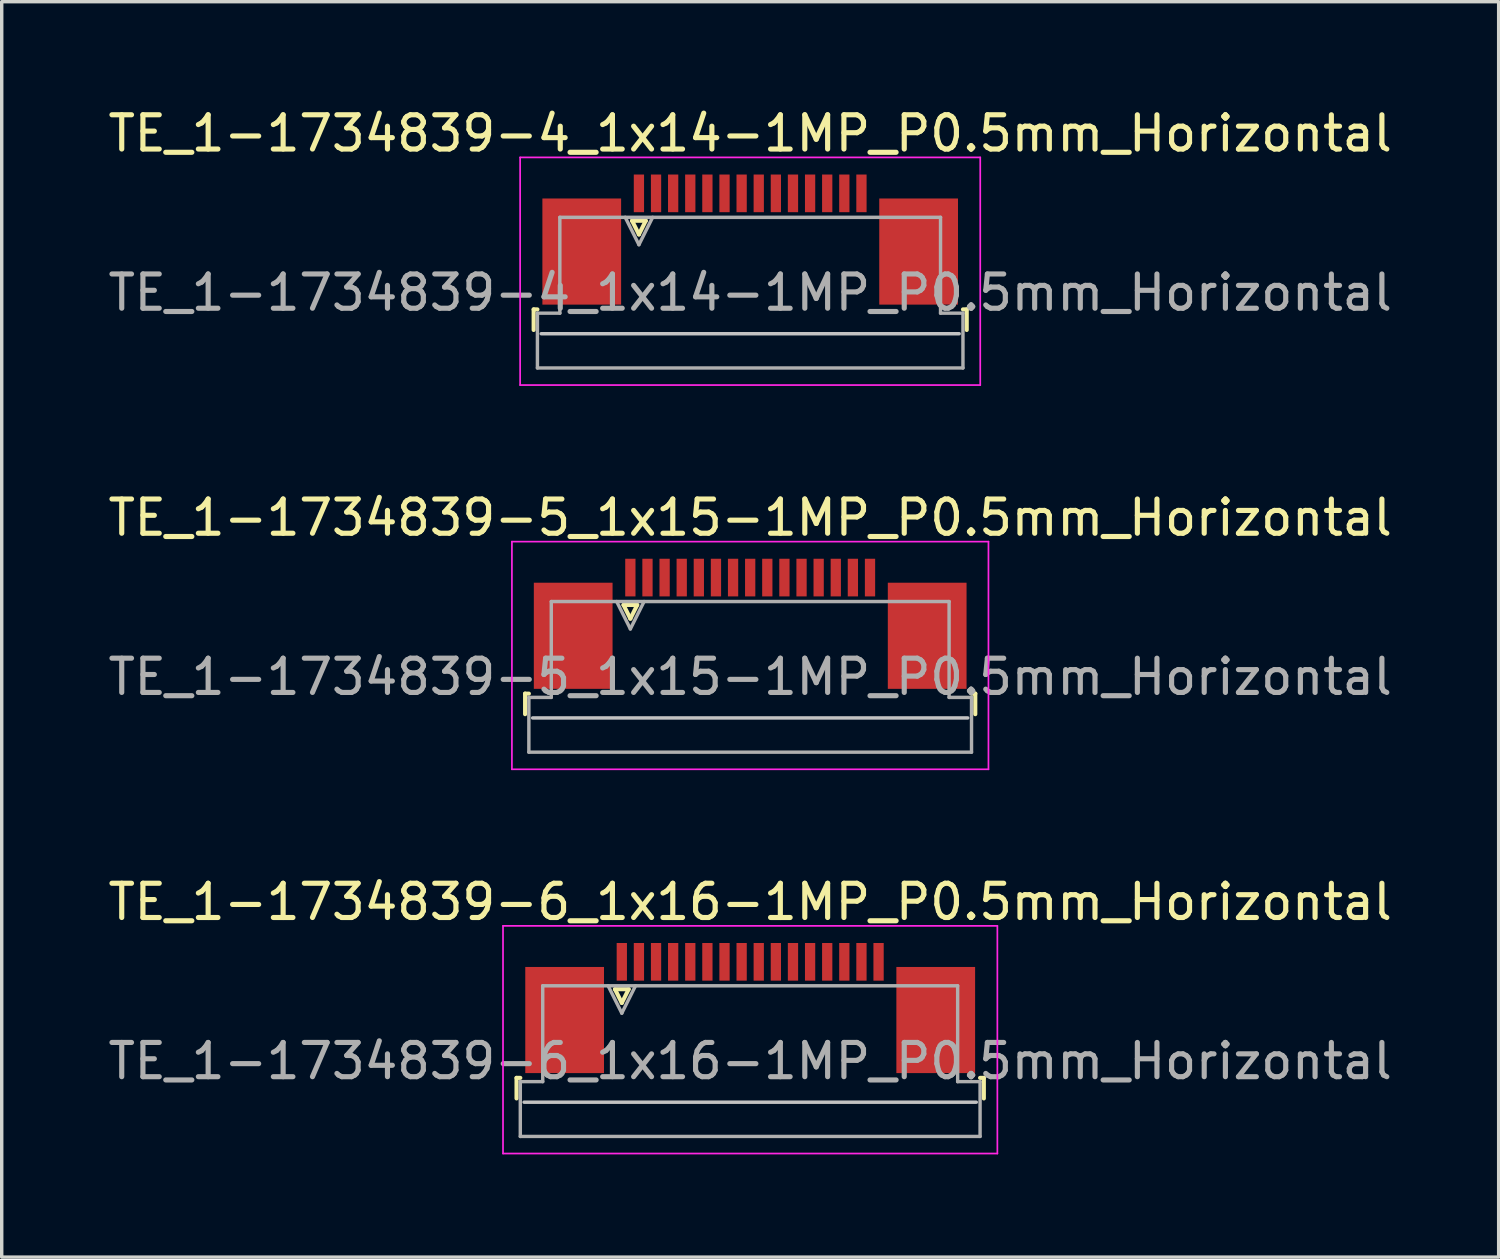
<source format=kicad_pcb>
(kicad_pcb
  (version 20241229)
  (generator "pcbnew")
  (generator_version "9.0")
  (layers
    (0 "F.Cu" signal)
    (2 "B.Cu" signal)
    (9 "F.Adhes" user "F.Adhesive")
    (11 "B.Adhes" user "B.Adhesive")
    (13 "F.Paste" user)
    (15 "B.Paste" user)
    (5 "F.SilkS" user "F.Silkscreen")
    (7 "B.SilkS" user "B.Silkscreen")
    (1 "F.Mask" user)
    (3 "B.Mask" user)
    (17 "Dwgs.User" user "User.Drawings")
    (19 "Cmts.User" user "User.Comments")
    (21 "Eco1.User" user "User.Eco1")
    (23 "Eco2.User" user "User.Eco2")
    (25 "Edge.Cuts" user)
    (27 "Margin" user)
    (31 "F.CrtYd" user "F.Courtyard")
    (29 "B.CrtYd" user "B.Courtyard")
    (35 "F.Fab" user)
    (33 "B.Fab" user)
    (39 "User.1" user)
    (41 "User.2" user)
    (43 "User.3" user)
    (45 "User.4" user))
  (footprint "TE_1-1734839-5_1x15-1MP_P0.5mm_Horizontal"
    (layer "F.Cu")
    (at 18.863 15.171)
    (property "Reference" "TE_1-1734839-5_1x15-1MP_P0.5mm_Horizontal" (at 0 -3.1 0) (layer "F.SilkS") (effects (font (size 1 1) (thickness 0.15))))
    (attr smd)
    (fp_line (start -6.575 2.04) (end -6.575 2.64) (stroke (width 0.12) (type solid)) (layer "F.SilkS"))
    (fp_line (start -6.465 2.04) (end -6.575 2.04) (stroke (width 0.12) (type solid)) (layer "F.SilkS"))
    (fp_line (start -3.7 -0.55) (end -3.5 -0.15) (stroke (width 0.12) (type solid)) (layer "F.SilkS"))
    (fp_line (start -3.5 -0.15) (end -3.3 -0.55) (stroke (width 0.12) (type solid)) (layer "F.SilkS"))
    (fp_line (start -3.3 -0.55) (end -3.7 -0.55) (stroke (width 0.12) (type solid)) (layer "F.SilkS"))
    (fp_line (start 6.465 2.04) (end 6.575 2.04) (stroke (width 0.12) (type solid)) (layer "F.SilkS"))
    (fp_line (start 6.575 2.04) (end 6.575 2.64) (stroke (width 0.12) (type solid)) (layer "F.SilkS"))
    (fp_line (start 6.355 2.75) (end -6.355 2.75) (stroke (width 0.1) (type solid)) (layer "Dwgs.User"))
    (fp_line (start -6.96 -2.4) (end -6.96 4.25) (stroke (width 0.05) (type solid)) (layer "F.CrtYd"))
    (fp_line (start -6.96 4.25) (end 6.96 4.25) (stroke (width 0.05) (type solid)) (layer "F.CrtYd"))
    (fp_line (start 6.96 -2.4) (end -6.96 -2.4) (stroke (width 0.05) (type solid)) (layer "F.CrtYd"))
    (fp_line (start 6.96 4.25) (end 6.96 -2.4) (stroke (width 0.05) (type solid)) (layer "F.CrtYd"))
    (fp_line (start -6.465 2.15) (end -5.81 2.15) (stroke (width 0.1) (type solid)) (layer "F.Fab"))
    (fp_line (start -6.465 3.75) (end -6.465 2.15) (stroke (width 0.1) (type solid)) (layer "F.Fab"))
    (fp_line (start -5.81 -0.65) (end 5.81 -0.65) (stroke (width 0.1) (type solid)) (layer "F.Fab"))
    (fp_line (start -5.81 2.15) (end -5.81 -0.65) (stroke (width 0.1) (type solid)) (layer "F.Fab"))
    (fp_line (start -3.9 -0.65) (end -3.5 0.15) (stroke (width 0.1) (type solid)) (layer "F.Fab"))
    (fp_line (start -3.5 0.15) (end -3.1 -0.65) (stroke (width 0.1) (type solid)) (layer "F.Fab"))
    (fp_line (start 5.81 -0.65) (end 5.81 2.15) (stroke (width 0.1) (type solid)) (layer "F.Fab"))
    (fp_line (start 5.81 2.15) (end 6.465 2.15) (stroke (width 0.1) (type solid)) (layer "F.Fab"))
    (fp_line (start 6.465 2.15) (end 6.465 3.75) (stroke (width 0.1) (type solid)) (layer "F.Fab"))
    (fp_line (start 6.465 3.75) (end -6.465 3.75) (stroke (width 0.1) (type solid)) (layer "F.Fab"))
    (fp_text user "${REFERENCE}" (at 0 1.55 0) (layer "F.Fab") (effects (font (size 1 1) (thickness 0.15))))
    (pad "1" smd rect (at -3.5 -1.35) (size 0.3 1.1) (layers "F.Cu" "F.Mask" "F.Paste"))
    (pad "2" smd rect (at -3 -1.35) (size 0.3 1.1) (layers "F.Cu" "F.Mask" "F.Paste"))
    (pad "3" smd rect (at -2.5 -1.35) (size 0.3 1.1) (layers "F.Cu" "F.Mask" "F.Paste"))
    (pad "4" smd rect (at -2 -1.35) (size 0.3 1.1) (layers "F.Cu" "F.Mask" "F.Paste"))
    (pad "5" smd rect (at -1.5 -1.35) (size 0.3 1.1) (layers "F.Cu" "F.Mask" "F.Paste"))
    (pad "6" smd rect (at -1 -1.35) (size 0.3 1.1) (layers "F.Cu" "F.Mask" "F.Paste"))
    (pad "7" smd rect (at -0.5 -1.35) (size 0.3 1.1) (layers "F.Cu" "F.Mask" "F.Paste"))
    (pad "8" smd rect (at 0 -1.35) (size 0.3 1.1) (layers "F.Cu" "F.Mask" "F.Paste"))
    (pad "9" smd rect (at 0.5 -1.35) (size 0.3 1.1) (layers "F.Cu" "F.Mask" "F.Paste"))
    (pad "10" smd rect (at 1 -1.35) (size 0.3 1.1) (layers "F.Cu" "F.Mask" "F.Paste"))
    (pad "11" smd rect (at 1.5 -1.35) (size 0.3 1.1) (layers "F.Cu" "F.Mask" "F.Paste"))
    (pad "12" smd rect (at 2 -1.35) (size 0.3 1.1) (layers "F.Cu" "F.Mask" "F.Paste"))
    (pad "13" smd rect (at 2.5 -1.35) (size 0.3 1.1) (layers "F.Cu" "F.Mask" "F.Paste"))
    (pad "14" smd rect (at 3 -1.35) (size 0.3 1.1) (layers "F.Cu" "F.Mask" "F.Paste"))
    (pad "15" smd rect (at 3.5 -1.35) (size 0.3 1.1) (layers "F.Cu" "F.Mask" "F.Paste"))
    (pad "MP" smd rect (at -5.17 0.35) (size 2.3 3.1) (layers "F.Cu" "F.Mask" "F.Paste"))
    (pad "MP" smd rect (at 5.17 0.35) (size 2.3 3.1) (layers "F.Cu" "F.Mask" "F.Paste")))
  (footprint "TE_1-1734839-4_1x14-1MP_P0.5mm_Horizontal"
    (layer "F.Cu")
    (at 18.863 3.948)
    (property "Reference" "TE_1-1734839-4_1x14-1MP_P0.5mm_Horizontal" (at 0 -3.1 0) (layer "F.SilkS") (effects (font (size 1 1) (thickness 0.15))))
    (attr smd)
    (fp_line (start -6.325 2.04) (end -6.325 2.64) (stroke (width 0.12) (type solid)) (layer "F.SilkS"))
    (fp_line (start -6.215 2.04) (end -6.325 2.04) (stroke (width 0.12) (type solid)) (layer "F.SilkS"))
    (fp_line (start -3.45 -0.55) (end -3.25 -0.15) (stroke (width 0.12) (type solid)) (layer "F.SilkS"))
    (fp_line (start -3.25 -0.15) (end -3.05 -0.55) (stroke (width 0.12) (type solid)) (layer "F.SilkS"))
    (fp_line (start -3.05 -0.55) (end -3.45 -0.55) (stroke (width 0.12) (type solid)) (layer "F.SilkS"))
    (fp_line (start 6.215 2.04) (end 6.325 2.04) (stroke (width 0.12) (type solid)) (layer "F.SilkS"))
    (fp_line (start 6.325 2.04) (end 6.325 2.64) (stroke (width 0.12) (type solid)) (layer "F.SilkS"))
    (fp_line (start 6.105 2.75) (end -6.105 2.75) (stroke (width 0.1) (type solid)) (layer "Dwgs.User"))
    (fp_line (start -6.72 -2.4) (end -6.72 4.25) (stroke (width 0.05) (type solid)) (layer "F.CrtYd"))
    (fp_line (start -6.72 4.25) (end 6.72 4.25) (stroke (width 0.05) (type solid)) (layer "F.CrtYd"))
    (fp_line (start 6.72 -2.4) (end -6.72 -2.4) (stroke (width 0.05) (type solid)) (layer "F.CrtYd"))
    (fp_line (start 6.72 4.25) (end 6.72 -2.4) (stroke (width 0.05) (type solid)) (layer "F.CrtYd"))
    (fp_line (start -6.215 2.15) (end -5.56 2.15) (stroke (width 0.1) (type solid)) (layer "F.Fab"))
    (fp_line (start -6.215 3.75) (end -6.215 2.15) (stroke (width 0.1) (type solid)) (layer "F.Fab"))
    (fp_line (start -5.56 -0.65) (end 5.56 -0.65) (stroke (width 0.1) (type solid)) (layer "F.Fab"))
    (fp_line (start -5.56 2.15) (end -5.56 -0.65) (stroke (width 0.1) (type solid)) (layer "F.Fab"))
    (fp_line (start -3.65 -0.65) (end -3.25 0.15) (stroke (width 0.1) (type solid)) (layer "F.Fab"))
    (fp_line (start -3.25 0.15) (end -2.85 -0.65) (stroke (width 0.1) (type solid)) (layer "F.Fab"))
    (fp_line (start 5.56 -0.65) (end 5.56 2.15) (stroke (width 0.1) (type solid)) (layer "F.Fab"))
    (fp_line (start 5.56 2.15) (end 6.215 2.15) (stroke (width 0.1) (type solid)) (layer "F.Fab"))
    (fp_line (start 6.215 2.15) (end 6.215 3.75) (stroke (width 0.1) (type solid)) (layer "F.Fab"))
    (fp_line (start 6.215 3.75) (end -6.215 3.75) (stroke (width 0.1) (type solid)) (layer "F.Fab"))
    (fp_text user "${REFERENCE}" (at 0 1.55 0) (layer "F.Fab") (effects (font (size 1 1) (thickness 0.15))))
    (pad "1" smd rect (at -3.25 -1.35) (size 0.3 1.1) (layers "F.Cu" "F.Mask" "F.Paste"))
    (pad "2" smd rect (at -2.75 -1.35) (size 0.3 1.1) (layers "F.Cu" "F.Mask" "F.Paste"))
    (pad "3" smd rect (at -2.25 -1.35) (size 0.3 1.1) (layers "F.Cu" "F.Mask" "F.Paste"))
    (pad "4" smd rect (at -1.75 -1.35) (size 0.3 1.1) (layers "F.Cu" "F.Mask" "F.Paste"))
    (pad "5" smd rect (at -1.25 -1.35) (size 0.3 1.1) (layers "F.Cu" "F.Mask" "F.Paste"))
    (pad "6" smd rect (at -0.75 -1.35) (size 0.3 1.1) (layers "F.Cu" "F.Mask" "F.Paste"))
    (pad "7" smd rect (at -0.25 -1.35) (size 0.3 1.1) (layers "F.Cu" "F.Mask" "F.Paste"))
    (pad "8" smd rect (at 0.25 -1.35) (size 0.3 1.1) (layers "F.Cu" "F.Mask" "F.Paste"))
    (pad "9" smd rect (at 0.75 -1.35) (size 0.3 1.1) (layers "F.Cu" "F.Mask" "F.Paste"))
    (pad "10" smd rect (at 1.25 -1.35) (size 0.3 1.1) (layers "F.Cu" "F.Mask" "F.Paste"))
    (pad "11" smd rect (at 1.75 -1.35) (size 0.3 1.1) (layers "F.Cu" "F.Mask" "F.Paste"))
    (pad "12" smd rect (at 2.25 -1.35) (size 0.3 1.1) (layers "F.Cu" "F.Mask" "F.Paste"))
    (pad "13" smd rect (at 2.75 -1.35) (size 0.3 1.1) (layers "F.Cu" "F.Mask" "F.Paste"))
    (pad "14" smd rect (at 3.25 -1.35) (size 0.3 1.1) (layers "F.Cu" "F.Mask" "F.Paste"))
    (pad "MP" smd rect (at -4.92 0.35) (size 2.3 3.1) (layers "F.Cu" "F.Mask" "F.Paste"))
    (pad "MP" smd rect (at 4.92 0.35) (size 2.3 3.1) (layers "F.Cu" "F.Mask" "F.Paste")))
  (footprint "TE_1-1734839-6_1x16-1MP_P0.5mm_Horizontal"
    (layer "F.Cu")
    (at 18.863 26.395)
    (property "Reference" "TE_1-1734839-6_1x16-1MP_P0.5mm_Horizontal" (at 0 -3.1 0) (layer "F.SilkS") (effects (font (size 1 1) (thickness 0.15))))
    (attr smd)
    (fp_line (start -6.825 2.04) (end -6.825 2.64) (stroke (width 0.12) (type solid)) (layer "F.SilkS"))
    (fp_line (start -6.715 2.04) (end -6.825 2.04) (stroke (width 0.12) (type solid)) (layer "F.SilkS"))
    (fp_line (start -3.95 -0.55) (end -3.75 -0.15) (stroke (width 0.12) (type solid)) (layer "F.SilkS"))
    (fp_line (start -3.75 -0.15) (end -3.55 -0.55) (stroke (width 0.12) (type solid)) (layer "F.SilkS"))
    (fp_line (start -3.55 -0.55) (end -3.95 -0.55) (stroke (width 0.12) (type solid)) (layer "F.SilkS"))
    (fp_line (start 6.715 2.04) (end 6.825 2.04) (stroke (width 0.12) (type solid)) (layer "F.SilkS"))
    (fp_line (start 6.825 2.04) (end 6.825 2.64) (stroke (width 0.12) (type solid)) (layer "F.SilkS"))
    (fp_line (start 6.605 2.75) (end -6.605 2.75) (stroke (width 0.1) (type solid)) (layer "Dwgs.User"))
    (fp_line (start -7.22 -2.4) (end -7.22 4.25) (stroke (width 0.05) (type solid)) (layer "F.CrtYd"))
    (fp_line (start -7.22 4.25) (end 7.22 4.25) (stroke (width 0.05) (type solid)) (layer "F.CrtYd"))
    (fp_line (start 7.22 -2.4) (end -7.22 -2.4) (stroke (width 0.05) (type solid)) (layer "F.CrtYd"))
    (fp_line (start 7.22 4.25) (end 7.22 -2.4) (stroke (width 0.05) (type solid)) (layer "F.CrtYd"))
    (fp_line (start -6.715 2.15) (end -6.06 2.15) (stroke (width 0.1) (type solid)) (layer "F.Fab"))
    (fp_line (start -6.715 3.75) (end -6.715 2.15) (stroke (width 0.1) (type solid)) (layer "F.Fab"))
    (fp_line (start -6.06 -0.65) (end 6.06 -0.65) (stroke (width 0.1) (type solid)) (layer "F.Fab"))
    (fp_line (start -6.06 2.15) (end -6.06 -0.65) (stroke (width 0.1) (type solid)) (layer "F.Fab"))
    (fp_line (start -4.15 -0.65) (end -3.75 0.15) (stroke (width 0.1) (type solid)) (layer "F.Fab"))
    (fp_line (start -3.75 0.15) (end -3.35 -0.65) (stroke (width 0.1) (type solid)) (layer "F.Fab"))
    (fp_line (start 6.06 -0.65) (end 6.06 2.15) (stroke (width 0.1) (type solid)) (layer "F.Fab"))
    (fp_line (start 6.06 2.15) (end 6.715 2.15) (stroke (width 0.1) (type solid)) (layer "F.Fab"))
    (fp_line (start 6.715 2.15) (end 6.715 3.75) (stroke (width 0.1) (type solid)) (layer "F.Fab"))
    (fp_line (start 6.715 3.75) (end -6.715 3.75) (stroke (width 0.1) (type solid)) (layer "F.Fab"))
    (fp_text user "${REFERENCE}" (at 0 1.55 0) (layer "F.Fab") (effects (font (size 1 1) (thickness 0.15))))
    (pad "1" smd rect (at -3.75 -1.35) (size 0.3 1.1) (layers "F.Cu" "F.Mask" "F.Paste"))
    (pad "2" smd rect (at -3.25 -1.35) (size 0.3 1.1) (layers "F.Cu" "F.Mask" "F.Paste"))
    (pad "3" smd rect (at -2.75 -1.35) (size 0.3 1.1) (layers "F.Cu" "F.Mask" "F.Paste"))
    (pad "4" smd rect (at -2.25 -1.35) (size 0.3 1.1) (layers "F.Cu" "F.Mask" "F.Paste"))
    (pad "5" smd rect (at -1.75 -1.35) (size 0.3 1.1) (layers "F.Cu" "F.Mask" "F.Paste"))
    (pad "6" smd rect (at -1.25 -1.35) (size 0.3 1.1) (layers "F.Cu" "F.Mask" "F.Paste"))
    (pad "7" smd rect (at -0.75 -1.35) (size 0.3 1.1) (layers "F.Cu" "F.Mask" "F.Paste"))
    (pad "8" smd rect (at -0.25 -1.35) (size 0.3 1.1) (layers "F.Cu" "F.Mask" "F.Paste"))
    (pad "9" smd rect (at 0.25 -1.35) (size 0.3 1.1) (layers "F.Cu" "F.Mask" "F.Paste"))
    (pad "10" smd rect (at 0.75 -1.35) (size 0.3 1.1) (layers "F.Cu" "F.Mask" "F.Paste"))
    (pad "11" smd rect (at 1.25 -1.35) (size 0.3 1.1) (layers "F.Cu" "F.Mask" "F.Paste"))
    (pad "12" smd rect (at 1.75 -1.35) (size 0.3 1.1) (layers "F.Cu" "F.Mask" "F.Paste"))
    (pad "13" smd rect (at 2.25 -1.35) (size 0.3 1.1) (layers "F.Cu" "F.Mask" "F.Paste"))
    (pad "14" smd rect (at 2.75 -1.35) (size 0.3 1.1) (layers "F.Cu" "F.Mask" "F.Paste"))
    (pad "15" smd rect (at 3.25 -1.35) (size 0.3 1.1) (layers "F.Cu" "F.Mask" "F.Paste"))
    (pad "16" smd rect (at 3.75 -1.35) (size 0.3 1.1) (layers "F.Cu" "F.Mask" "F.Paste"))
    (pad "MP" smd rect (at -5.42 0.35) (size 2.3 3.1) (layers "F.Cu" "F.Mask" "F.Paste"))
    (pad "MP" smd rect (at 5.42 0.35) (size 2.3 3.1) (layers "F.Cu" "F.Mask" "F.Paste")))
  (gr_rect
    (start -3 -3)
    (end 40.726 33.67)
    (stroke (width 0.1) (type default))
    (fill no)
    (layer "Edge.Cuts")))
</source>
